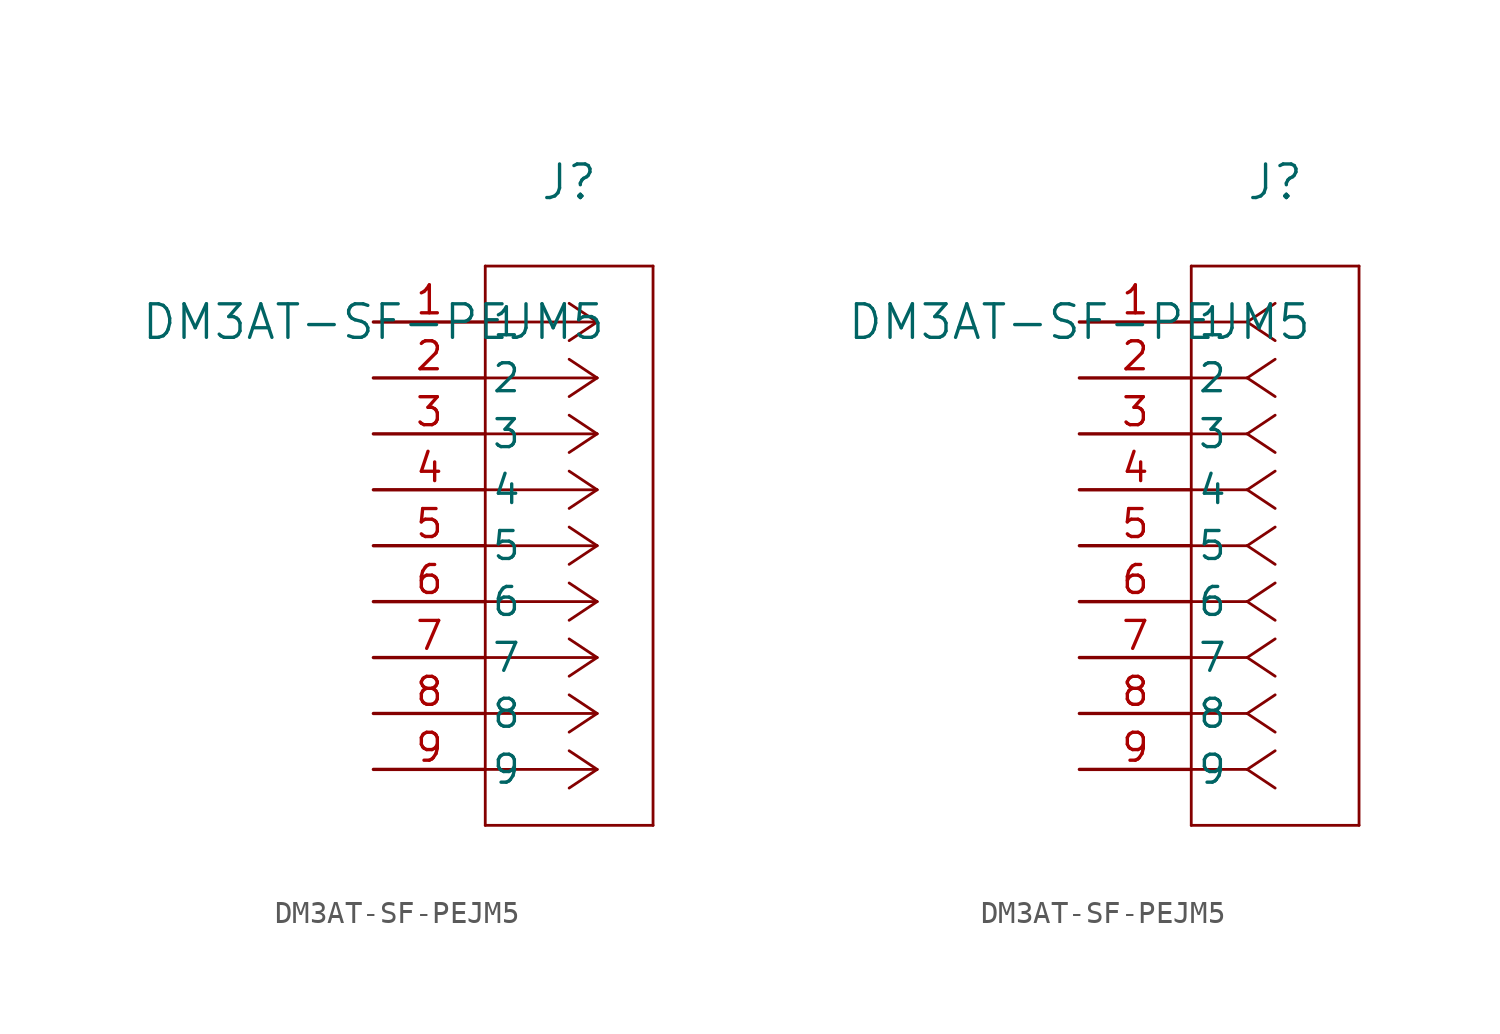
<source format=kicad_sym>
(kicad_symbol_lib
  (version 20211014)
  (generator kicad_symbol_editor)
  (symbol "DM3AT-SF-PEJM5"
    (pin_names
      (offset 0.254))
    (property "Reference" "J"
      (at 8.89 6.35 0)
      (effects (font (size 1.524 1.524))))
    (property "Value" "DM3AT-SF-PEJM5"
      (at 0 0 0)
      (effects (font (size 1.524 1.524))))
    (symbol "DM3AT-SF-PEJM5_1_1"
      (polyline (pts (xy 10.16 0) (xy 5.08 0)) (stroke (width 0.127) (type default) (color 0 0 0 0)) (fill (type none)))
      (polyline (pts (xy 10.16 -2.54) (xy 5.08 -2.54)) (stroke (width 0.127) (type default) (color 0 0 0 0)) (fill (type none)))
      (polyline (pts (xy 10.16 -5.08) (xy 5.08 -5.08)) (stroke (width 0.127) (type default) (color 0 0 0 0)) (fill (type none)))
      (polyline (pts (xy 10.16 -7.62) (xy 5.08 -7.62)) (stroke (width 0.127) (type default) (color 0 0 0 0)) (fill (type none)))
      (polyline (pts (xy 10.16 -10.16) (xy 5.08 -10.16)) (stroke (width 0.127) (type default) (color 0 0 0 0)) (fill (type none)))
      (polyline (pts (xy 10.16 -12.7) (xy 5.08 -12.7)) (stroke (width 0.127) (type default) (color 0 0 0 0)) (fill (type none)))
      (polyline (pts (xy 10.16 -15.24) (xy 5.08 -15.24)) (stroke (width 0.127) (type default) (color 0 0 0 0)) (fill (type none)))
      (polyline (pts (xy 10.16 -17.78) (xy 5.08 -17.78)) (stroke (width 0.127) (type default) (color 0 0 0 0)) (fill (type none)))
      (polyline (pts (xy 10.16 -20.32) (xy 5.08 -20.32)) (stroke (width 0.127) (type default) (color 0 0 0 0)) (fill (type none)))
      (polyline (pts (xy 10.16 0) (xy 8.89 0.847)) (stroke (width 0.127) (type default) (color 0 0 0 0)) (fill (type none)))
      (polyline (pts (xy 10.16 -2.54) (xy 8.89 -1.693)) (stroke (width 0.127) (type default) (color 0 0 0 0)) (fill (type none)))
      (polyline (pts (xy 10.16 -5.08) (xy 8.89 -4.233)) (stroke (width 0.127) (type default) (color 0 0 0 0)) (fill (type none)))
      (polyline (pts (xy 10.16 -7.62) (xy 8.89 -6.773)) (stroke (width 0.127) (type default) (color 0 0 0 0)) (fill (type none)))
      (polyline (pts (xy 10.16 -10.16) (xy 8.89 -9.313)) (stroke (width 0.127) (type default) (color 0 0 0 0)) (fill (type none)))
      (polyline (pts (xy 10.16 -12.7) (xy 8.89 -11.853)) (stroke (width 0.127) (type default) (color 0 0 0 0)) (fill (type none)))
      (polyline (pts (xy 10.16 -15.24) (xy 8.89 -14.393)) (stroke (width 0.127) (type default) (color 0 0 0 0)) (fill (type none)))
      (polyline (pts (xy 10.16 -17.78) (xy 8.89 -16.933)) (stroke (width 0.127) (type default) (color 0 0 0 0)) (fill (type none)))
      (polyline (pts (xy 10.16 -20.32) (xy 8.89 -19.473)) (stroke (width 0.127) (type default) (color 0 0 0 0)) (fill (type none)))
      (polyline (pts (xy 10.16 0) (xy 8.89 -0.847)) (stroke (width 0.127) (type default) (color 0 0 0 0)) (fill (type none)))
      (polyline (pts (xy 10.16 -2.54) (xy 8.89 -3.387)) (stroke (width 0.127) (type default) (color 0 0 0 0)) (fill (type none)))
      (polyline (pts (xy 10.16 -5.08) (xy 8.89 -5.927)) (stroke (width 0.127) (type default) (color 0 0 0 0)) (fill (type none)))
      (polyline (pts (xy 10.16 -7.62) (xy 8.89 -8.467)) (stroke (width 0.127) (type default) (color 0 0 0 0)) (fill (type none)))
      (polyline (pts (xy 10.16 -10.16) (xy 8.89 -11.007)) (stroke (width 0.127) (type default) (color 0 0 0 0)) (fill (type none)))
      (polyline (pts (xy 10.16 -12.7) (xy 8.89 -13.547)) (stroke (width 0.127) (type default) (color 0 0 0 0)) (fill (type none)))
      (polyline (pts (xy 10.16 -15.24) (xy 8.89 -16.087)) (stroke (width 0.127) (type default) (color 0 0 0 0)) (fill (type none)))
      (polyline (pts (xy 10.16 -17.78) (xy 8.89 -18.627)) (stroke (width 0.127) (type default) (color 0 0 0 0)) (fill (type none)))
      (polyline (pts (xy 10.16 -20.32) (xy 8.89 -21.167)) (stroke (width 0.127) (type default) (color 0 0 0 0)) (fill (type none)))
      (polyline (pts (xy 5.08 2.54) (xy 5.08 -22.86)) (stroke (width 0.127) (type default) (color 0 0 0 0)) (fill (type none)))
      (polyline (pts (xy 5.08 -22.86) (xy 12.7 -22.86)) (stroke (width 0.127) (type default) (color 0 0 0 0)) (fill (type none)))
      (polyline (pts (xy 12.7 -22.86) (xy 12.7 2.54)) (stroke (width 0.127) (type default) (color 0 0 0 0)) (fill (type none)))
      (polyline (pts (xy 12.7 2.54) (xy 5.08 2.54)) (stroke (width 0.127) (type default) (color 0 0 0 0)) (fill (type none)))
      (pin unspecified line (at 0 0 0) (length 5.08) (name "1" (effects (font (size 1.27 1.27)))) (number "1" (effects (font (size 1.27 1.27)))))
      (pin unspecified line (at 0 -2.54 0) (length 5.08) (name "2" (effects (font (size 1.27 1.27)))) (number "2" (effects (font (size 1.27 1.27)))))
      (pin unspecified line (at 0 -5.08 0) (length 5.08) (name "3" (effects (font (size 1.27 1.27)))) (number "3" (effects (font (size 1.27 1.27)))))
      (pin unspecified line (at 0 -7.62 0) (length 5.08) (name "4" (effects (font (size 1.27 1.27)))) (number "4" (effects (font (size 1.27 1.27)))))
      (pin unspecified line (at 0 -10.16 0) (length 5.08) (name "5" (effects (font (size 1.27 1.27)))) (number "5" (effects (font (size 1.27 1.27)))))
      (pin unspecified line (at 0 -12.7 0) (length 5.08) (name "6" (effects (font (size 1.27 1.27)))) (number "6" (effects (font (size 1.27 1.27)))))
      (pin unspecified line (at 0 -15.24 0) (length 5.08) (name "7" (effects (font (size 1.27 1.27)))) (number "7" (effects (font (size 1.27 1.27)))))
      (pin unspecified line (at 0 -17.78 0) (length 5.08) (name "8" (effects (font (size 1.27 1.27)))) (number "8" (effects (font (size 1.27 1.27)))))
      (pin unspecified line (at 0 -20.32 0) (length 5.08) (name "9" (effects (font (size 1.27 1.27)))) (number "9" (effects (font (size 1.27 1.27))))))
    (symbol "DM3AT-SF-PEJM5_1_2"
      (polyline (pts (xy 7.62 0) (xy 5.08 0)) (stroke (width 0.127) (type default) (color 0 0 0 0)) (fill (type none)))
      (polyline (pts (xy 7.62 -2.54) (xy 5.08 -2.54)) (stroke (width 0.127) (type default) (color 0 0 0 0)) (fill (type none)))
      (polyline (pts (xy 7.62 -5.08) (xy 5.08 -5.08)) (stroke (width 0.127) (type default) (color 0 0 0 0)) (fill (type none)))
      (polyline (pts (xy 7.62 -7.62) (xy 5.08 -7.62)) (stroke (width 0.127) (type default) (color 0 0 0 0)) (fill (type none)))
      (polyline (pts (xy 7.62 -10.16) (xy 5.08 -10.16)) (stroke (width 0.127) (type default) (color 0 0 0 0)) (fill (type none)))
      (polyline (pts (xy 7.62 -12.7) (xy 5.08 -12.7)) (stroke (width 0.127) (type default) (color 0 0 0 0)) (fill (type none)))
      (polyline (pts (xy 7.62 -15.24) (xy 5.08 -15.24)) (stroke (width 0.127) (type default) (color 0 0 0 0)) (fill (type none)))
      (polyline (pts (xy 7.62 -17.78) (xy 5.08 -17.78)) (stroke (width 0.127) (type default) (color 0 0 0 0)) (fill (type none)))
      (polyline (pts (xy 7.62 -20.32) (xy 5.08 -20.32)) (stroke (width 0.127) (type default) (color 0 0 0 0)) (fill (type none)))
      (polyline (pts (xy 7.62 0) (xy 8.89 0.847)) (stroke (width 0.127) (type default) (color 0 0 0 0)) (fill (type none)))
      (polyline (pts (xy 7.62 -2.54) (xy 8.89 -1.693)) (stroke (width 0.127) (type default) (color 0 0 0 0)) (fill (type none)))
      (polyline (pts (xy 7.62 -5.08) (xy 8.89 -4.233)) (stroke (width 0.127) (type default) (color 0 0 0 0)) (fill (type none)))
      (polyline (pts (xy 7.62 -7.62) (xy 8.89 -6.773)) (stroke (width 0.127) (type default) (color 0 0 0 0)) (fill (type none)))
      (polyline (pts (xy 7.62 -10.16) (xy 8.89 -9.313)) (stroke (width 0.127) (type default) (color 0 0 0 0)) (fill (type none)))
      (polyline (pts (xy 7.62 -12.7) (xy 8.89 -11.853)) (stroke (width 0.127) (type default) (color 0 0 0 0)) (fill (type none)))
      (polyline (pts (xy 7.62 -15.24) (xy 8.89 -14.393)) (stroke (width 0.127) (type default) (color 0 0 0 0)) (fill (type none)))
      (polyline (pts (xy 7.62 -17.78) (xy 8.89 -16.933)) (stroke (width 0.127) (type default) (color 0 0 0 0)) (fill (type none)))
      (polyline (pts (xy 7.62 -20.32) (xy 8.89 -19.473)) (stroke (width 0.127) (type default) (color 0 0 0 0)) (fill (type none)))
      (polyline (pts (xy 7.62 0) (xy 8.89 -0.847)) (stroke (width 0.127) (type default) (color 0 0 0 0)) (fill (type none)))
      (polyline (pts (xy 7.62 -2.54) (xy 8.89 -3.387)) (stroke (width 0.127) (type default) (color 0 0 0 0)) (fill (type none)))
      (polyline (pts (xy 7.62 -5.08) (xy 8.89 -5.927)) (stroke (width 0.127) (type default) (color 0 0 0 0)) (fill (type none)))
      (polyline (pts (xy 7.62 -7.62) (xy 8.89 -8.467)) (stroke (width 0.127) (type default) (color 0 0 0 0)) (fill (type none)))
      (polyline (pts (xy 7.62 -10.16) (xy 8.89 -11.007)) (stroke (width 0.127) (type default) (color 0 0 0 0)) (fill (type none)))
      (polyline (pts (xy 7.62 -12.7) (xy 8.89 -13.547)) (stroke (width 0.127) (type default) (color 0 0 0 0)) (fill (type none)))
      (polyline (pts (xy 7.62 -15.24) (xy 8.89 -16.087)) (stroke (width 0.127) (type default) (color 0 0 0 0)) (fill (type none)))
      (polyline (pts (xy 7.62 -17.78) (xy 8.89 -18.627)) (stroke (width 0.127) (type default) (color 0 0 0 0)) (fill (type none)))
      (polyline (pts (xy 7.62 -20.32) (xy 8.89 -21.167)) (stroke (width 0.127) (type default) (color 0 0 0 0)) (fill (type none)))
      (polyline (pts (xy 5.08 2.54) (xy 5.08 -22.86)) (stroke (width 0.127) (type default) (color 0 0 0 0)) (fill (type none)))
      (polyline (pts (xy 5.08 -22.86) (xy 12.7 -22.86)) (stroke (width 0.127) (type default) (color 0 0 0 0)) (fill (type none)))
      (polyline (pts (xy 12.7 -22.86) (xy 12.7 2.54)) (stroke (width 0.127) (type default) (color 0 0 0 0)) (fill (type none)))
      (polyline (pts (xy 12.7 2.54) (xy 5.08 2.54)) (stroke (width 0.127) (type default) (color 0 0 0 0)) (fill (type none)))
      (pin unspecified line (at 0 0 0) (length 5.08) (name "1" (effects (font (size 1.27 1.27)))) (number "1" (effects (font (size 1.27 1.27)))))
      (pin unspecified line (at 0 -2.54 0) (length 5.08) (name "2" (effects (font (size 1.27 1.27)))) (number "2" (effects (font (size 1.27 1.27)))))
      (pin unspecified line (at 0 -5.08 0) (length 5.08) (name "3" (effects (font (size 1.27 1.27)))) (number "3" (effects (font (size 1.27 1.27)))))
      (pin unspecified line (at 0 -7.62 0) (length 5.08) (name "4" (effects (font (size 1.27 1.27)))) (number "4" (effects (font (size 1.27 1.27)))))
      (pin unspecified line (at 0 -10.16 0) (length 5.08) (name "5" (effects (font (size 1.27 1.27)))) (number "5" (effects (font (size 1.27 1.27)))))
      (pin unspecified line (at 0 -12.7 0) (length 5.08) (name "6" (effects (font (size 1.27 1.27)))) (number "6" (effects (font (size 1.27 1.27)))))
      (pin unspecified line (at 0 -15.24 0) (length 5.08) (name "7" (effects (font (size 1.27 1.27)))) (number "7" (effects (font (size 1.27 1.27)))))
      (pin unspecified line (at 0 -17.78 0) (length 5.08) (name "8" (effects (font (size 1.27 1.27)))) (number "8" (effects (font (size 1.27 1.27)))))
      (pin unspecified line (at 0 -20.32 0) (length 5.08) (name "9" (effects (font (size 1.27 1.27)))) (number "9" (effects (font (size 1.27 1.27))))))))
</source>
